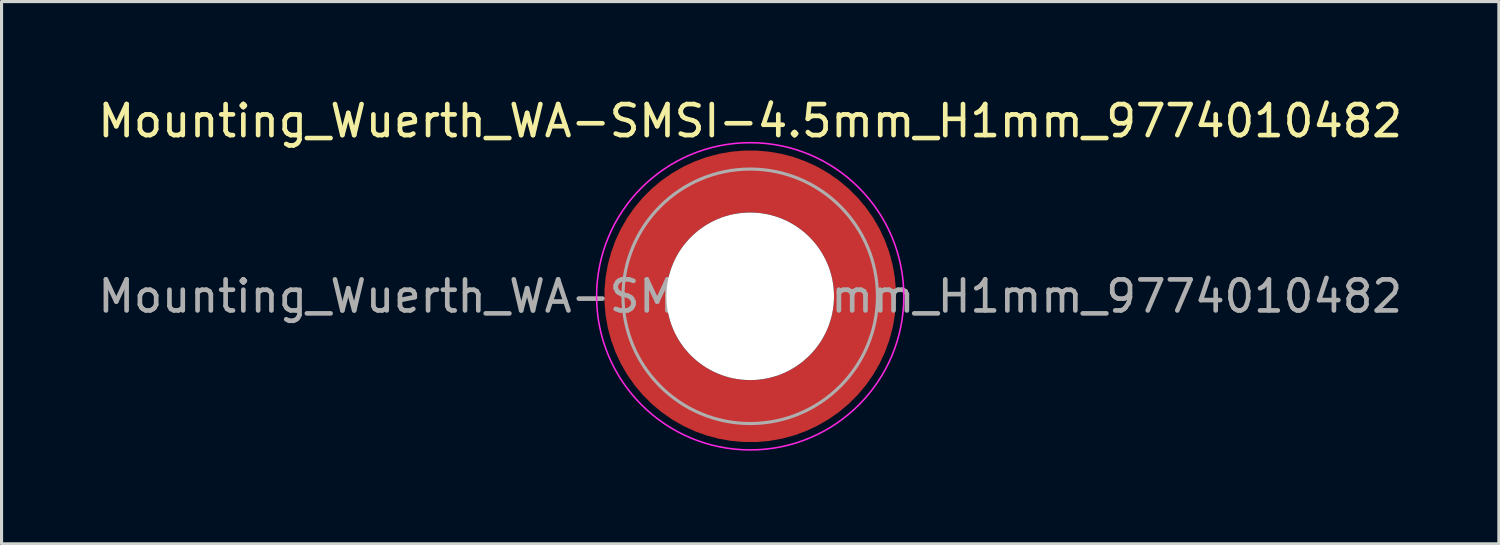
<source format=kicad_pcb>
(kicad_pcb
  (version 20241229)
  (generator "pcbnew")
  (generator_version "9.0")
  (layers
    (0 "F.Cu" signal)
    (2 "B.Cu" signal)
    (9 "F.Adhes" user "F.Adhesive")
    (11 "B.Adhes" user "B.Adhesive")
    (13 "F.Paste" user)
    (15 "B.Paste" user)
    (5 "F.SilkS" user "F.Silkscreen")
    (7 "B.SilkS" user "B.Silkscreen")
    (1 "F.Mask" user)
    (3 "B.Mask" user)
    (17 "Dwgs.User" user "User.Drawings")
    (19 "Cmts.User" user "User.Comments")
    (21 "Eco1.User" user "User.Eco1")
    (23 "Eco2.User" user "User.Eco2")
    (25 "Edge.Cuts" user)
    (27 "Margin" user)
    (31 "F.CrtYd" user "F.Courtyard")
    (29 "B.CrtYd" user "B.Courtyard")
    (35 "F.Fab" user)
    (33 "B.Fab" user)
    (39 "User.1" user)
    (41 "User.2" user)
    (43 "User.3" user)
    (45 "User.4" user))
  (footprint "Mounting_Wuerth_WA-SMSI-4.5mm_H1mm_9774010482"
    (layer "F.Cu")
    (at 21.125 6.498)
    (property "Reference" "Mounting_Wuerth_WA-SMSI-4.5mm_H1mm_9774010482" (at 0 -5.65 0) (layer "F.SilkS") (effects (font (size 1 1) (thickness 0.15))))
    (property "Mouser Part no." "" (at 0 0 0) (layer "F.Fab") (effects (font (size 1.27 1.27) (thickness 0.15))))
    (property "Mouser link" "" (at 0 0 0) (layer "F.Fab") (effects (font (size 1.27 1.27) (thickness 0.15))))
    (attr smd)
    (fp_circle (center 0 0) (end 4.95 0) (stroke (width 0.05) (type solid)) (fill no) (layer "F.CrtYd"))
    (fp_circle (center 0 0) (end 4.1 0) (stroke (width 0.1) (type solid)) (fill no) (layer "F.Fab"))
    (fp_text user "${REFERENCE}" (at 0 0 0) (layer "F.Fab") (effects (font (size 1 1) (thickness 0.15))))
    (pad "" smd custom (at -2.607 -2.607) (size 1.495 1.495) (layers "F.Paste") (options (anchor circle)) (primitives (gr_arc (start -0.188183 2.107456) (mid 0.598928 0.599619) (end 2.106494 -0.188011) (width 0.2)) (gr_arc (start -0.289416 2.107456) (mid 0.528508 0.529033) (end 2.106724 -0.28929) (width 0.2)) (gr_arc (start -0.390547 2.107456) (mid 0.457087 0.459449) (end 2.104161 -0.389996) (width 0.2)) (gr_arc (start -0.491585 2.107456) (mid 0.386415 0.389116) (end 2.103685 -0.490974) (width 0.2)) (gr_arc (start -0.59254 2.107456) (mid 0.31649 0.318035) (end 2.105297 -0.592202) (width 0.2)) (gr_arc (start -0.693419 2.107456) (mid 0.245252 0.248268) (end 2.103239 -0.692777) (width 0.2)) (gr_arc (start -0.794229 2.107456) (mid 0.174636 0.177878) (end 2.102921 -0.793559) (width 0.2)) (gr_arc (start -0.894975 2.107456) (mid 0.104643 0.106866) (end 2.104343 -0.894529) (width 0.2)) (gr_arc (start -0.995664 2.107456) (mid 0.033026 0.037479) (end 2.101219 -0.994793) (width 0.2)) (gr_arc (start -1.0963 2.107456) (mid -0.035789 -0.034714) (end 2.105949 -1.096096) (width 0.2)) (gr_arc (start -1.196886 2.107456) (mid -0.106351 -0.105157) (end 2.105783 -1.196666) (width 0.2)) (gr_arc (start -1.297427 2.107456) (mid -0.176416 -0.176097) (end 2.107009 -1.29737) (width 0.2)) (gr_arc (start -1.397927 2.107456) (mid -0.248476 -0.245042) (end 2.102638 -1.397323) (width 0.2)) (gr_arc (start -1.498388 2.107456) (mid -0.317612 -0.316913) (end 2.106475 -1.498268) (width 0.2)) (gr_arc (start -1.598813 2.107456) (mid -0.388865 -0.386665) (end 2.104366 -1.598444) (width 0.2)) (gr_arc (start -1.699204 2.107456) (mid -0.459747 -0.456787) (end 2.103299 -1.698719) (width 0.2)) (gr_arc (start -1.799565 2.107456) (mid -0.530257 -0.527283) (end 2.103277 -1.799089) (width 0.2)) (gr_arc (start -1.899896 2.107456) (mid -0.600396 -0.59815) (end 2.104299 -1.899545) (width 0.2)) (gr_arc (start -1.899896 2.107456) (mid -0.600396 -0.59815) (end 2.104299 -1.899545) (width 0.2)) (gr_line (start 2.107 -0.188) (end 2.107 -1.9) (width 0.2)) (gr_line (start -0.188 2.107) (end -1.9 2.107) (width 0.2))))
    (pad "" smd custom (at -2.607 2.607) (size 1.495 1.495) (layers "F.Paste") (options (anchor circle)) (primitives (gr_arc (start 2.107456 0.188183) (mid 0.599619 -0.598928) (end -0.188011 -2.106494) (width 0.2)) (gr_arc (start 2.107456 0.289416) (mid 0.529033 -0.528508) (end -0.28929 -2.106724) (width 0.2)) (gr_arc (start 2.107456 0.390547) (mid 0.459449 -0.457087) (end -0.389996 -2.104161) (width 0.2)) (gr_arc (start 2.107456 0.491585) (mid 0.389116 -0.386415) (end -0.490974 -2.103685) (width 0.2)) (gr_arc (start 2.107456 0.59254) (mid 0.318035 -0.31649) (end -0.592202 -2.105297) (width 0.2)) (gr_arc (start 2.107456 0.693419) (mid 0.248268 -0.245252) (end -0.692777 -2.103239) (width 0.2)) (gr_arc (start 2.107456 0.794229) (mid 0.177878 -0.174636) (end -0.793559 -2.102921) (width 0.2)) (gr_arc (start 2.107456 0.894975) (mid 0.106866 -0.104643) (end -0.894529 -2.104343) (width 0.2)) (gr_arc (start 2.107456 0.995664) (mid 0.037479 -0.033026) (end -0.994793 -2.101219) (width 0.2)) (gr_arc (start 2.107456 1.0963) (mid -0.034714 0.035789) (end -1.096096 -2.105949) (width 0.2)) (gr_arc (start 2.107456 1.196886) (mid -0.105157 0.106351) (end -1.196666 -2.105783) (width 0.2)) (gr_arc (start 2.107456 1.297427) (mid -0.176097 0.176416) (end -1.29737 -2.107009) (width 0.2)) (gr_arc (start 2.107456 1.397927) (mid -0.245042 0.248476) (end -1.397323 -2.102638) (width 0.2)) (gr_arc (start 2.107456 1.498388) (mid -0.316913 0.317612) (end -1.498268 -2.106475) (width 0.2)) (gr_arc (start 2.107456 1.598813) (mid -0.386665 0.388865) (end -1.598444 -2.104366) (width 0.2)) (gr_arc (start 2.107456 1.699204) (mid -0.456787 0.459747) (end -1.698719 -2.103299) (width 0.2)) (gr_arc (start 2.107456 1.799565) (mid -0.527283 0.530257) (end -1.799089 -2.103277) (width 0.2)) (gr_arc (start 2.107456 1.899896) (mid -0.59815 0.600396) (end -1.899545 -2.104299) (width 0.2)) (gr_arc (start 2.107456 1.899896) (mid -0.59815 0.600396) (end -1.899545 -2.104299) (width 0.2)) (gr_line (start -0.188 -2.107) (end -1.9 -2.107) (width 0.2)) (gr_line (start 2.107 0.188) (end 2.107 1.9) (width 0.2))))
    (pad "" np_thru_hole circle (at 0 0) (size 5.4 5.4) (drill 5.4) (layers "*.Cu" "*.Mask"))
    (pad "" smd custom (at 2.607 -2.607) (size 1.495 1.495) (layers "F.Paste") (options (anchor circle)) (primitives (gr_arc (start -2.107456 -0.188183) (mid -0.599619 0.598928) (end 0.188011 2.106494) (width 0.2)) (gr_arc (start -2.107456 -0.289416) (mid -0.529033 0.528508) (end 0.28929 2.106724) (width 0.2)) (gr_arc (start -2.107456 -0.390547) (mid -0.459449 0.457087) (end 0.389996 2.104161) (width 0.2)) (gr_arc (start -2.107456 -0.491585) (mid -0.389116 0.386415) (end 0.490974 2.103685) (width 0.2)) (gr_arc (start -2.107456 -0.59254) (mid -0.318035 0.31649) (end 0.592202 2.105297) (width 0.2)) (gr_arc (start -2.107456 -0.693419) (mid -0.248268 0.245252) (end 0.692777 2.103239) (width 0.2)) (gr_arc (start -2.107456 -0.794229) (mid -0.177878 0.174636) (end 0.793559 2.102921) (width 0.2)) (gr_arc (start -2.107456 -0.894975) (mid -0.106866 0.104643) (end 0.894529 2.104343) (width 0.2)) (gr_arc (start -2.107456 -0.995664) (mid -0.037479 0.033026) (end 0.994793 2.101219) (width 0.2)) (gr_arc (start -2.107456 -1.0963) (mid 0.034714 -0.035789) (end 1.096096 2.105949) (width 0.2)) (gr_arc (start -2.107456 -1.196886) (mid 0.105157 -0.106351) (end 1.196666 2.105783) (width 0.2)) (gr_arc (start -2.107456 -1.297427) (mid 0.176097 -0.176416) (end 1.29737 2.107009) (width 0.2)) (gr_arc (start -2.107456 -1.397927) (mid 0.245042 -0.248476) (end 1.397323 2.102638) (width 0.2)) (gr_arc (start -2.107456 -1.498388) (mid 0.316913 -0.317612) (end 1.498268 2.106475) (width 0.2)) (gr_arc (start -2.107456 -1.598813) (mid 0.386665 -0.388865) (end 1.598444 2.104366) (width 0.2)) (gr_arc (start -2.107456 -1.699204) (mid 0.456787 -0.459747) (end 1.698719 2.103299) (width 0.2)) (gr_arc (start -2.107456 -1.799565) (mid 0.527283 -0.530257) (end 1.799089 2.103277) (width 0.2)) (gr_arc (start -2.107456 -1.899896) (mid 0.59815 -0.600396) (end 1.899545 2.104299) (width 0.2)) (gr_arc (start -2.107456 -1.899896) (mid 0.59815 -0.600396) (end 1.899545 2.104299) (width 0.2)) (gr_line (start 0.188 2.107) (end 1.9 2.107) (width 0.2)) (gr_line (start -2.107 -0.188) (end -2.107 -1.9) (width 0.2))))
    (pad "" smd custom (at 2.607 2.607) (size 1.495 1.495) (layers "F.Paste") (options (anchor circle)) (primitives (gr_arc (start 0.188183 -2.107456) (mid -0.598928 -0.599619) (end -2.106494 0.188011) (width 0.2)) (gr_arc (start 0.289416 -2.107456) (mid -0.528508 -0.529033) (end -2.106724 0.28929) (width 0.2)) (gr_arc (start 0.390547 -2.107456) (mid -0.457087 -0.459449) (end -2.104161 0.389996) (width 0.2)) (gr_arc (start 0.491585 -2.107456) (mid -0.386415 -0.389116) (end -2.103685 0.490974) (width 0.2)) (gr_arc (start 0.59254 -2.107456) (mid -0.31649 -0.318035) (end -2.105297 0.592202) (width 0.2)) (gr_arc (start 0.693419 -2.107456) (mid -0.245252 -0.248268) (end -2.103239 0.692777) (width 0.2)) (gr_arc (start 0.794229 -2.107456) (mid -0.174636 -0.177878) (end -2.102921 0.793559) (width 0.2)) (gr_arc (start 0.894975 -2.107456) (mid -0.104643 -0.106866) (end -2.104343 0.894529) (width 0.2)) (gr_arc (start 0.995664 -2.107456) (mid -0.033026 -0.037479) (end -2.101219 0.994793) (width 0.2)) (gr_arc (start 1.0963 -2.107456) (mid 0.035789 0.034714) (end -2.105949 1.096096) (width 0.2)) (gr_arc (start 1.196886 -2.107456) (mid 0.106351 0.105157) (end -2.105783 1.196666) (width 0.2)) (gr_arc (start 1.297427 -2.107456) (mid 0.176416 0.176097) (end -2.107009 1.29737) (width 0.2)) (gr_arc (start 1.397927 -2.107456) (mid 0.248476 0.245042) (end -2.102638 1.397323) (width 0.2)) (gr_arc (start 1.498388 -2.107456) (mid 0.317612 0.316913) (end -2.106475 1.498268) (width 0.2)) (gr_arc (start 1.598813 -2.107456) (mid 0.388865 0.386665) (end -2.104366 1.598444) (width 0.2)) (gr_arc (start 1.699204 -2.107456) (mid 0.459747 0.456787) (end -2.103299 1.698719) (width 0.2)) (gr_arc (start 1.799565 -2.107456) (mid 0.530257 0.527283) (end -2.103277 1.799089) (width 0.2)) (gr_arc (start 1.899896 -2.107456) (mid 0.600396 0.59815) (end -2.104299 1.899545) (width 0.2)) (gr_arc (start 1.899896 -2.107456) (mid 0.600396 0.59815) (end -2.104299 1.899545) (width 0.2)) (gr_line (start -2.107 0.188) (end -2.107 1.9) (width 0.2)) (gr_line (start 0.188 -2.107) (end 1.9 -2.107) (width 0.2))))
    (pad "1" smd circle (at -3.7 0) (size 1.6 1.6) (layers "F.Cu"))
    (pad "1" smd circle (at 0 -3.7) (size 1.6 1.6) (layers "F.Cu"))
    (pad "1" smd circle (at 0 3.7) (size 1.6 1.6) (layers "F.Cu"))
    (pad "1" smd custom (at 3.7 0) (size 1.6 1.6) (layers "F.Cu" "F.Mask") (options (anchor circle)) (primitives (gr_circle (center -3.7 0) (end 0 0) (width 2) (fill no)))))
  (gr_rect
    (start -3 -3)
    (end 45.25 14.473)
    (stroke (width 0.1) (type default))
    (fill no)
    (layer "Edge.Cuts")))
</source>
